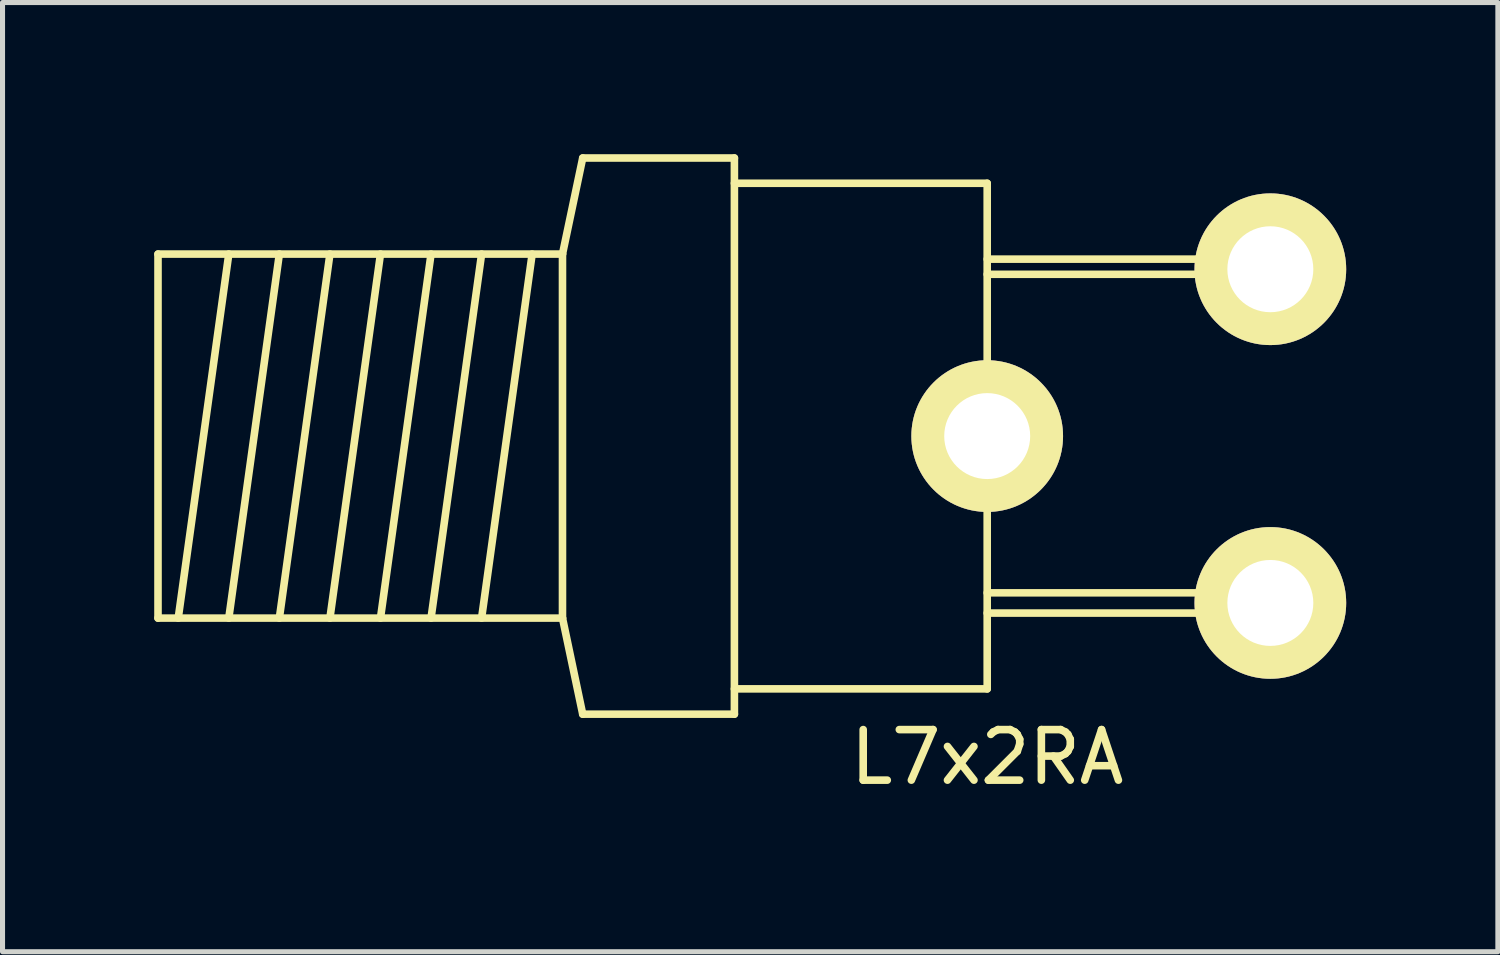
<source format=kicad_pcb>
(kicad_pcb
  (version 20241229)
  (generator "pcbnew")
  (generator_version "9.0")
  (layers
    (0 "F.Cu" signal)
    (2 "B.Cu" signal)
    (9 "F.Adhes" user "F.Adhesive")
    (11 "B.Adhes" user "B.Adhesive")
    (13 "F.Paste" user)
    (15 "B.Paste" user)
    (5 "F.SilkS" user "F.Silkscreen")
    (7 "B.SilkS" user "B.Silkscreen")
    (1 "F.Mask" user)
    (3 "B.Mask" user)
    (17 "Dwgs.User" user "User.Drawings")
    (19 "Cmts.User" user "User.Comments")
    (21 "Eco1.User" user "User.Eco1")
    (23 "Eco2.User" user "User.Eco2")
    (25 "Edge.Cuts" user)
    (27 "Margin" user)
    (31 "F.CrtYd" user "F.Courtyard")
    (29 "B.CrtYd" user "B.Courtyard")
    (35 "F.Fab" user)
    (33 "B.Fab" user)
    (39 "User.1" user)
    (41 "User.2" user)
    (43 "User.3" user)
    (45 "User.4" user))
  (footprint "L7x2RA"
    (layer "F.Cu")
    (at 16.475 5.575)
    (property "Reference" "L7x2RA" (at 0 6.35 0) (layer "F.SilkS") (effects (font (size 1 1) (thickness 0.15))))
    (attr through_hole)
    (fp_line (start -16.4 -3.6) (end -16.4 3.6) (stroke (width 0.15) (type solid)) (layer "F.SilkS"))
    (fp_line (start -16 3.6) (end -15 -3.6) (stroke (width 0.15) (type solid)) (layer "F.SilkS"))
    (fp_line (start -15 3.6) (end -14 -3.6) (stroke (width 0.15) (type solid)) (layer "F.SilkS"))
    (fp_line (start -14 3.6) (end -13 -3.6) (stroke (width 0.15) (type solid)) (layer "F.SilkS"))
    (fp_line (start -13 3.6) (end -12 -3.6) (stroke (width 0.15) (type solid)) (layer "F.SilkS"))
    (fp_line (start -12 3.6) (end -11 -3.6) (stroke (width 0.15) (type solid)) (layer "F.SilkS"))
    (fp_line (start -11 3.6) (end -10 -3.6) (stroke (width 0.15) (type solid)) (layer "F.SilkS"))
    (fp_line (start -10 3.6) (end -9 -3.6) (stroke (width 0.15) (type solid)) (layer "F.SilkS"))
    (fp_line (start -8.4 -3.6) (end -16.4 -3.6) (stroke (width 0.15) (type solid)) (layer "F.SilkS"))
    (fp_line (start -8.4 -3.6) (end -8.4 3.6) (stroke (width 0.15) (type solid)) (layer "F.SilkS"))
    (fp_line (start -8.4 -3.6) (end -8 -5.5) (stroke (width 0.15) (type solid)) (layer "F.SilkS"))
    (fp_line (start -8.4 3.6) (end -16.4 3.6) (stroke (width 0.15) (type solid)) (layer "F.SilkS"))
    (fp_line (start -8 5.5) (end -8.4 3.6) (stroke (width 0.15) (type solid)) (layer "F.SilkS"))
    (fp_line (start -5 -5.5) (end -8 -5.5) (stroke (width 0.15) (type solid)) (layer "F.SilkS"))
    (fp_line (start -5 -5.5) (end -5 5.5) (stroke (width 0.15) (type solid)) (layer "F.SilkS"))
    (fp_line (start -5 -5) (end 0 -5) (stroke (width 0.15) (type solid)) (layer "F.SilkS"))
    (fp_line (start -5 5.5) (end -8 5.5) (stroke (width 0.15) (type solid)) (layer "F.SilkS"))
    (fp_line (start 0 -5) (end 0 5) (stroke (width 0.15) (type solid)) (layer "F.SilkS"))
    (fp_line (start 0 5) (end -5 5) (stroke (width 0.15) (type solid)) (layer "F.SilkS"))
    (fp_line (start 5.6 -3.5) (end 0 -3.5) (stroke (width 0.15) (type solid)) (layer "F.SilkS"))
    (fp_line (start 5.6 -3.5) (end 5.6 -3.2) (stroke (width 0.15) (type solid)) (layer "F.SilkS"))
    (fp_line (start 5.6 -3.2) (end 0 -3.2) (stroke (width 0.15) (type solid)) (layer "F.SilkS"))
    (fp_line (start 5.6 3.1) (end 0 3.1) (stroke (width 0.15) (type solid)) (layer "F.SilkS"))
    (fp_line (start 5.6 3.1) (end 5.6 3.5) (stroke (width 0.15) (type solid)) (layer "F.SilkS"))
    (fp_line (start 5.6 3.5) (end 0 3.5) (stroke (width 0.15) (type solid)) (layer "F.SilkS"))
    (pad "1" thru_hole circle (at 5.6 -3.3) (size 3 3) (drill 1.7) (layers "*.Cu" "*.Mask" "F.SilkS"))
    (pad "2" thru_hole circle (at 0 0) (size 3 3) (drill 1.7) (layers "*.Cu" "*.Mask" "F.SilkS"))
    (pad "3" thru_hole circle (at 5.6 3.3) (size 3 3) (drill 1.7) (layers "*.Cu" "*.Mask" "F.SilkS")))
  (gr_rect
    (start -3 -3)
    (end 26.575 15.773)
    (stroke (width 0.1) (type default))
    (fill no)
    (layer "Edge.Cuts")))
</source>
